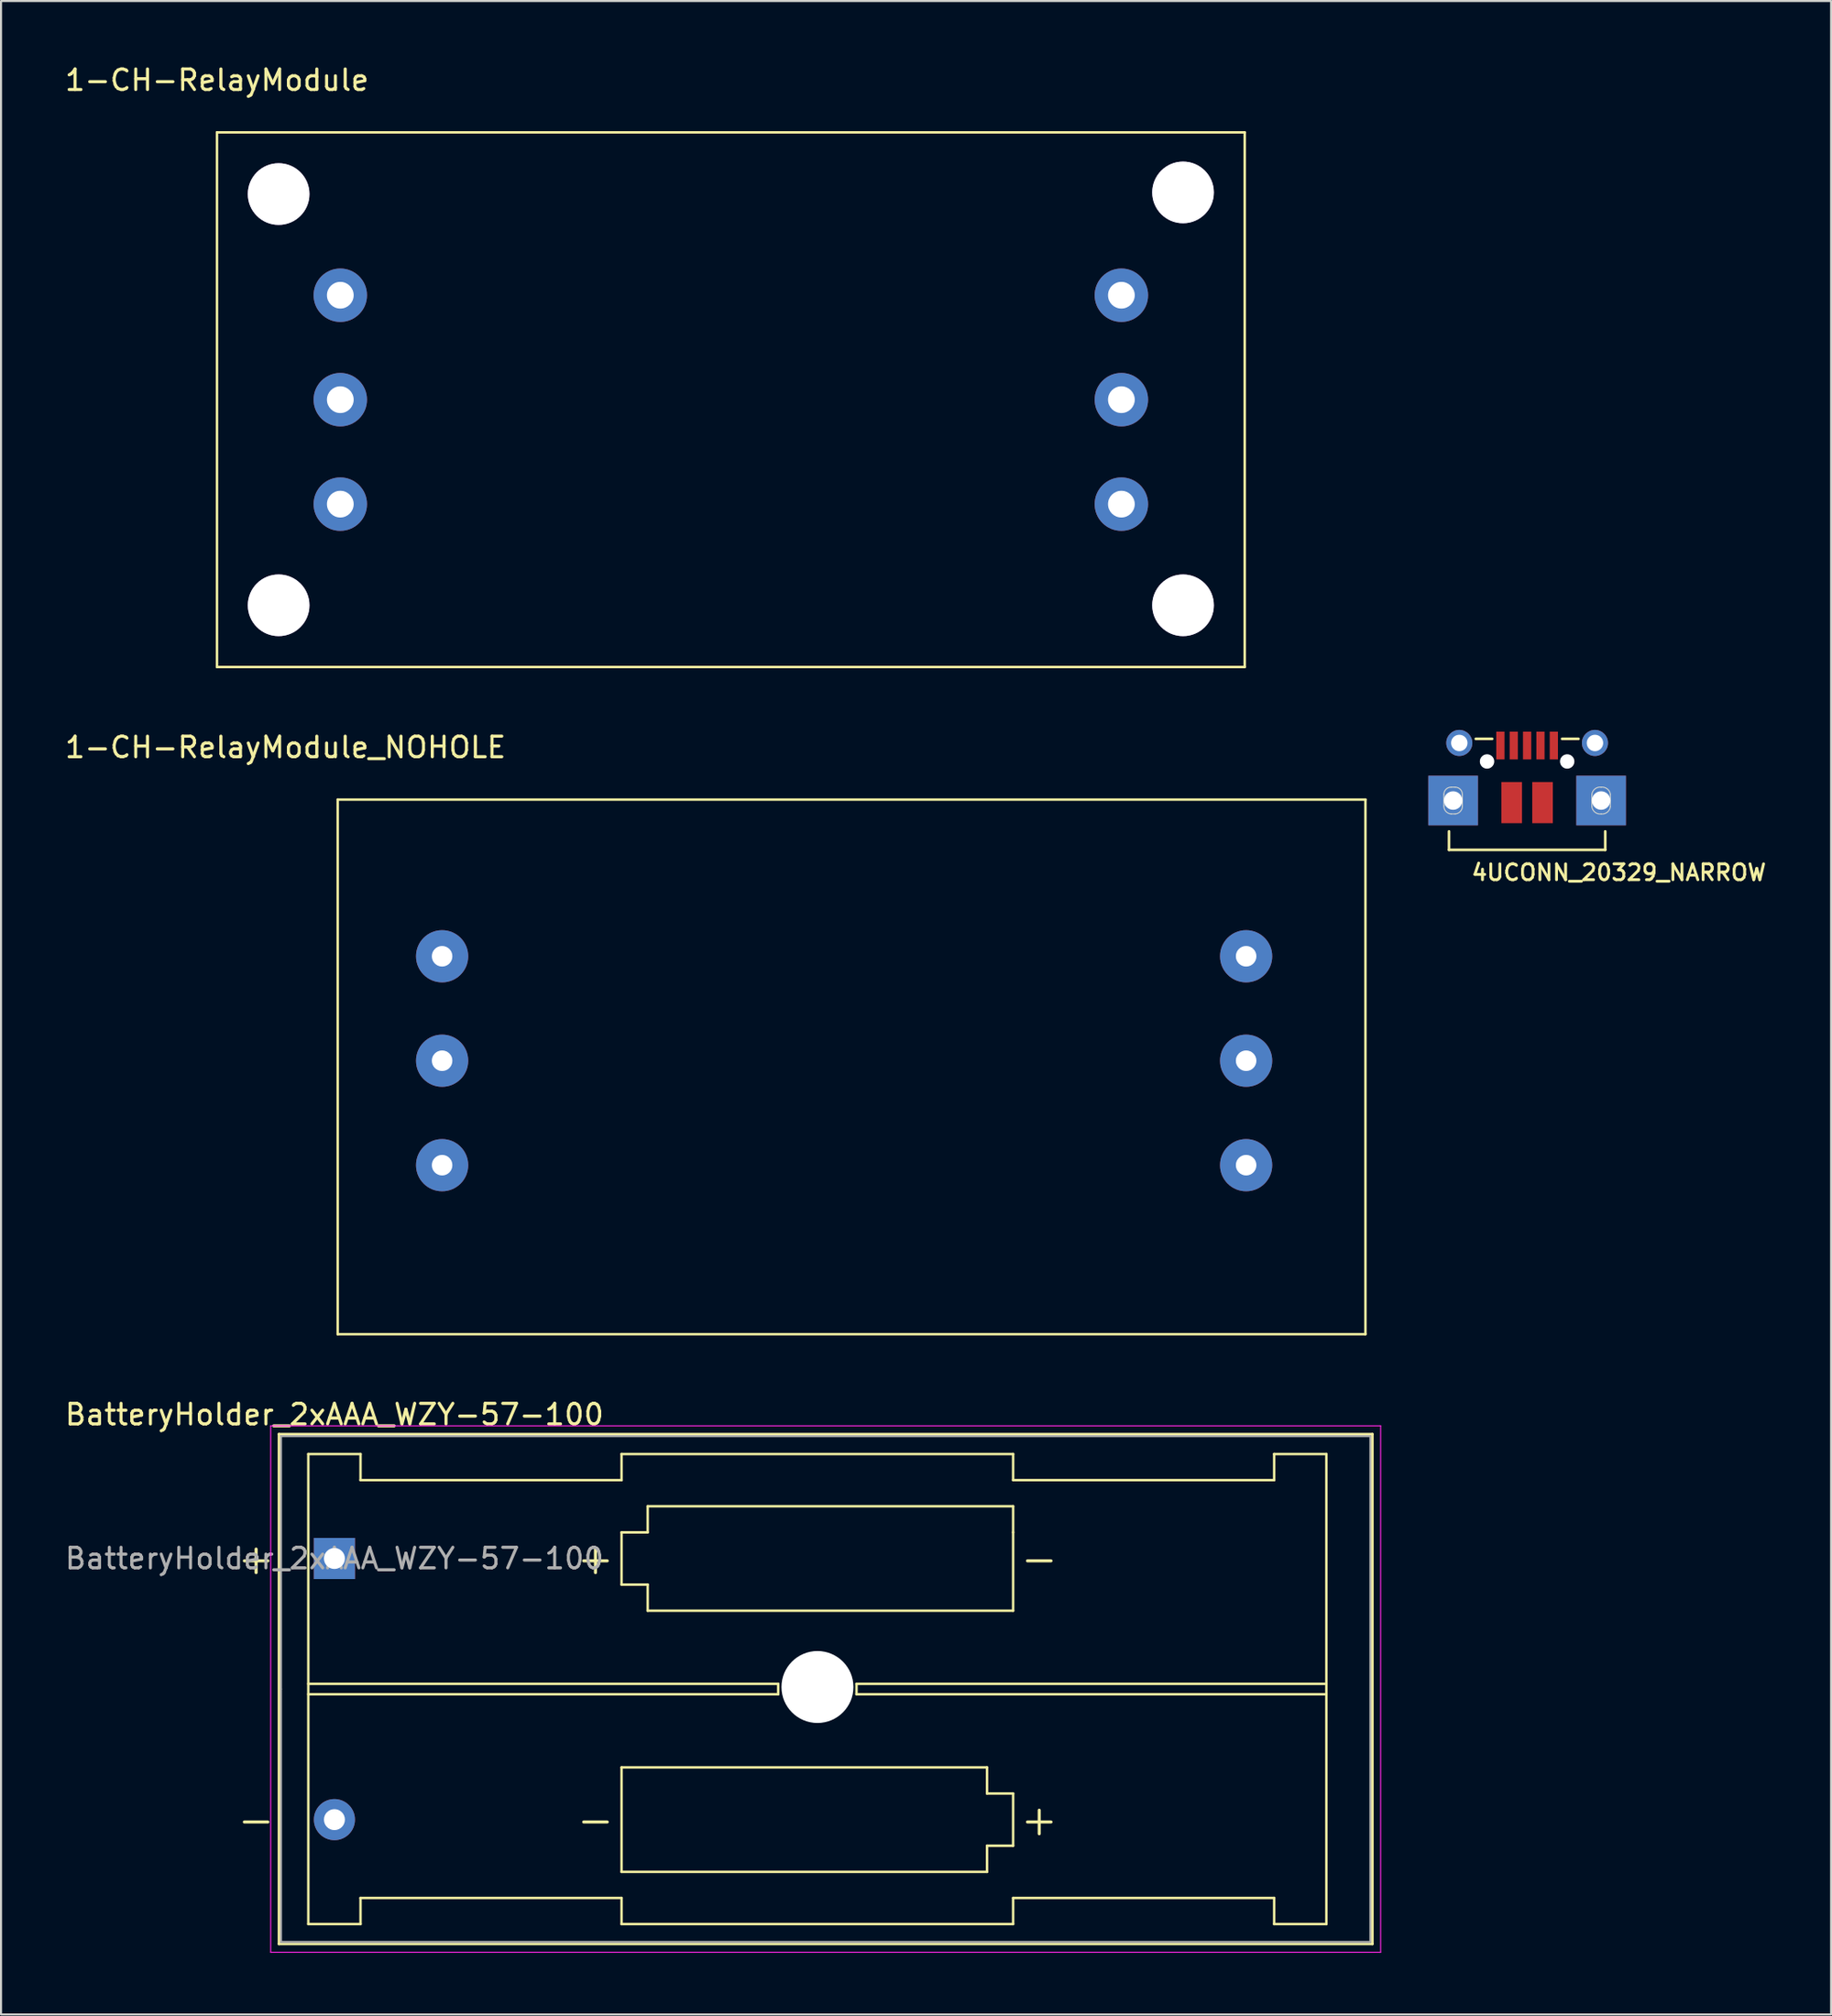
<source format=kicad_pcb>
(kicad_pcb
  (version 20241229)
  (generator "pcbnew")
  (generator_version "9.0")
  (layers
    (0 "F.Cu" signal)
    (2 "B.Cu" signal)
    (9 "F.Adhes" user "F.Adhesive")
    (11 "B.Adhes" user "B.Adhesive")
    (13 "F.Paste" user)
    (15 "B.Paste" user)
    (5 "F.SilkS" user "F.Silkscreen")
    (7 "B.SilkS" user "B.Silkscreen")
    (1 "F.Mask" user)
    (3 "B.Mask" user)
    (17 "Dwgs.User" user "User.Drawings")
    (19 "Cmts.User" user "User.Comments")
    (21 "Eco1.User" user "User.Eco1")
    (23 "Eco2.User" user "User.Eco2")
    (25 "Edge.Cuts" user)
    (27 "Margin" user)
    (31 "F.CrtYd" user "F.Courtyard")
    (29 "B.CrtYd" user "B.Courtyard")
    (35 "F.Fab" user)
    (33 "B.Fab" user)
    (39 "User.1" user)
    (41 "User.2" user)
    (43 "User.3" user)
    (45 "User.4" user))
  (footprint "4UCONN_20329_NARROW"
    (layer "F.Cu")
    (at 71.246 33.983)
    (property "Reference" "4UCONN_20329_NARROW" (at -2.778 5.852 180) (layer "F.SilkS") (effects (font (size 0.772 0.772) (thickness 0.139)) (justify left bottom)))
    (attr through_hole)
    (fp_line (start -3.8 3.4) (end -3.8 4.3) (stroke (width 0.127) (type solid)) (layer "F.SilkS"))
    (fp_line (start -3.8 4.3) (end 3.8 4.3) (stroke (width 0.127) (type solid)) (layer "F.SilkS"))
    (fp_line (start -2.5 -1.1) (end -1.7 -1.1) (stroke (width 0.127) (type solid)) (layer "F.SilkS"))
    (fp_line (start 1.7 -1.1) (end 2.5 -1.1) (stroke (width 0.127) (type solid)) (layer "F.SilkS"))
    (fp_line (start 3.8 4.3) (end 3.8 3.4) (stroke (width 0.127) (type solid)) (layer "F.SilkS"))
    (fp_poly (pts (xy -4.801 3.099) (xy -2.388 3.099) (xy -2.388 0.686) (xy -4.801 0.686)) (stroke (width 0) (type solid)) (fill yes) (layer "F.Paste"))
    (fp_poly (pts (xy 2.388 3.099) (xy 4.801 3.099) (xy 4.801 0.686) (xy 2.388 0.686)) (stroke (width 0) (type solid)) (fill yes) (layer "F.Paste"))
    (fp_poly (pts (xy -3.581 -1.524) (xy -3.048 -1.524) (xy -2.692 -1.168) (xy -2.692 -0.686) (xy -3.073 -0.305) (xy -3.581 -0.305) (xy -3.937 -0.66) (xy -3.937 -1.168)) (stroke (width 0) (type solid)) (fill yes) (layer "F.Paste"))
    (fp_poly (pts (xy 3.048 -1.524) (xy 3.581 -1.524) (xy 3.937 -1.168) (xy 3.937 -0.686) (xy 3.556 -0.305) (xy 3.048 -0.305) (xy 2.692 -0.66) (xy 2.692 -1.168)) (stroke (width 0) (type solid)) (fill yes) (layer "F.Paste"))
    (fp_line (start -4.05 2.15) (end -4.05 1.6) (stroke (width 0.05) (type solid)) (layer "Edge.Cuts"))
    (fp_line (start -3.7 1.25) (end -3.5 1.25) (stroke (width 0.05) (type solid)) (layer "Edge.Cuts"))
    (fp_line (start -3.5 2.55) (end -3.7 2.55) (stroke (width 0.05) (type solid)) (layer "Edge.Cuts"))
    (fp_line (start -3.15 1.6) (end -3.15 2.15) (stroke (width 0.05) (type solid)) (layer "Edge.Cuts"))
    (fp_line (start 3.15 2.2) (end 3.15 1.6) (stroke (width 0.05) (type solid)) (layer "Edge.Cuts"))
    (fp_line (start 4.05 1.6) (end 4.05 2.2) (stroke (width 0.05) (type solid)) (layer "Edge.Cuts"))
    (fp_arc (start -4.05 1.6) (mid -3.947487 1.352513) (end -3.7 1.25) (stroke (width 0.05) (type solid)) (layer "Edge.Cuts"))
    (fp_arc (start -3.7 2.55) (mid -3.957843 2.422487) (end -4.05 2.15) (stroke (width 0.05) (type solid)) (layer "Edge.Cuts"))
    (fp_arc (start -3.5 1.25) (mid -3.252513 1.352513) (end -3.15 1.6) (stroke (width 0.05) (type solid)) (layer "Edge.Cuts"))
    (fp_arc (start -3.15 2.15) (mid -3.242157 2.422487) (end -3.5 2.55) (stroke (width 0.05) (type solid)) (layer "Edge.Cuts"))
    (fp_arc (start 3.15 1.6) (mid 3.302513 1.331802) (end 3.6 1.25) (stroke (width 0.05) (type solid)) (layer "Edge.Cuts"))
    (fp_arc (start 3.6 1.25) (mid 3.897487 1.331802) (end 4.05 1.6) (stroke (width 0.05) (type solid)) (layer "Edge.Cuts"))
    (fp_arc (start 3.6 2.55) (mid 3.302513 2.468198) (end 3.15 2.2) (stroke (width 0.05) (type solid)) (layer "Edge.Cuts"))
    (fp_arc (start 4.05 2.2) (mid 3.897487 2.468198) (end 3.6 2.55) (stroke (width 0.05) (type solid)) (layer "Edge.Cuts"))
    (pad "" np_thru_hole circle (at -1.95 0) (size 0.7 0.7) (drill 0.7) (layers "*.Cu" "*.Mask"))
    (pad "" np_thru_hole circle (at 1.95 0) (size 0.7 0.7) (drill 0.7) (layers "*.Cu" "*.Mask"))
    (pad "BASE@1" smd rect (at -0.75 2 90) (size 2 1) (layers "F.Cu" "F.Mask" "F.Paste"))
    (pad "BASE@2" smd rect (at 0.75 2 90) (size 2 1) (layers "F.Cu" "F.Mask" "F.Paste"))
    (pad "D+" smd rect (at 0 -0.775) (size 0.4 1.35) (layers "F.Cu" "F.Mask" "F.Paste"))
    (pad "D-" smd rect (at -0.65 -0.775) (size 0.4 1.35) (layers "F.Cu" "F.Mask" "F.Paste"))
    (pad "GND" smd rect (at 1.3 -0.775) (size 0.4 1.35) (layers "F.Cu" "F.Mask" "F.Paste"))
    (pad "ID" smd rect (at 0.65 -0.775) (size 0.4 1.35) (layers "F.Cu" "F.Mask" "F.Paste"))
    (pad "SPRT@1" thru_hole circle (at -3.3 -0.9 180) (size 1.27 1.27) (drill 0.8) (layers "*.Cu" "*.Mask"))
    (pad "SPRT@2" thru_hole circle (at 3.3 -0.9) (size 1.27 1.27) (drill 0.8) (layers "*.Cu" "*.Mask"))
    (pad "SPRT@3" thru_hole rect (at -3.6 1.9 90) (size 2.413 2.413) (drill 0.9) (layers "*.Cu" "*.Mask"))
    (pad "SPRT@4" thru_hole rect (at 3.6 1.9 90) (size 2.413 2.413) (drill 0.9) (layers "*.Cu" "*.Mask"))
    (pad "VBUS" smd rect (at -1.3 -0.775) (size 0.4 1.35) (layers "F.Cu" "F.Mask" "F.Paste")))
  (footprint "1-CH-RelayModule_NOHOLE"
    (layer "F.Cu")
    (at 10.839 35.837)
    (property "Reference" "1-CH-RelayModule_NOHOLE" (at 0 -2.54 0) (layer "F.SilkS") (effects (font (size 1 1) (thickness 0.15))))
    (attr through_hole)
    (fp_line (start 2.54 0) (end 52.54 0) (stroke (width 0.12) (type solid)) (layer "F.SilkS"))
    (fp_line (start 2.54 26) (end 2.54 0) (stroke (width 0.12) (type solid)) (layer "F.SilkS"))
    (fp_line (start 52.54 0) (end 52.54 26) (stroke (width 0.12) (type solid)) (layer "F.SilkS"))
    (fp_line (start 52.54 26) (end 2.54 26) (stroke (width 0.12) (type solid)) (layer "F.SilkS"))
    (pad "1" thru_hole circle (at 7.62 7.62) (size 2.54 2.54) (drill 1) (layers "*.Cu" "*.Mask"))
    (pad "2" thru_hole circle (at 7.62 12.7) (size 2.54 2.54) (drill 1) (layers "*.Cu" "*.Mask"))
    (pad "3" thru_hole circle (at 7.62 17.78) (size 2.54 2.54) (drill 1) (layers "*.Cu" "*.Mask"))
    (pad "4" thru_hole circle (at 46.736 7.62) (size 2.54 2.54) (drill 1) (layers "*.Cu" "*.Mask"))
    (pad "5" thru_hole circle (at 46.736 12.7) (size 2.54 2.54) (drill 1) (layers "*.Cu" "*.Mask"))
    (pad "6" thru_hole circle (at 46.736 17.78) (size 2.54 2.54) (drill 1) (layers "*.Cu" "*.Mask")))
  (footprint "1-CH-RelayModule"
    (layer "F.Cu")
    (at 7.506 3.388)
    (property "Reference" "1-CH-RelayModule" (at 0 -2.54 0) (layer "F.SilkS") (effects (font (size 1 1) (thickness 0.15))))
    (attr through_hole)
    (fp_line (start 0 0) (end 50 0) (stroke (width 0.12) (type solid)) (layer "F.SilkS"))
    (fp_line (start 0 26) (end 0 0) (stroke (width 0.12) (type solid)) (layer "F.SilkS"))
    (fp_line (start 50 0) (end 50 26) (stroke (width 0.12) (type solid)) (layer "F.SilkS"))
    (fp_line (start 50 26) (end 0 26) (stroke (width 0.12) (type solid)) (layer "F.SilkS"))
    (pad "1" thru_hole circle (at 6 7.92) (size 2.6 2.6) (drill 1.3) (layers "*.Cu" "*.Mask"))
    (pad "2" thru_hole circle (at 6 13) (size 2.6 2.6) (drill 1.3) (layers "*.Cu" "*.Mask"))
    (pad "3" thru_hole circle (at 6 18.08) (size 2.6 2.6) (drill 1.3) (layers "*.Cu" "*.Mask"))
    (pad "4" thru_hole circle (at 44 7.92) (size 2.6 2.6) (drill 1.3) (layers "*.Cu" "*.Mask"))
    (pad "5" thru_hole circle (at 44 13) (size 2.6 2.6) (drill 1.3) (layers "*.Cu" "*.Mask"))
    (pad "6" thru_hole circle (at 44 18.08) (size 2.6 2.6) (drill 1.3) (layers "*.Cu" "*.Mask"))
    (pad "~" thru_hole circle (at 3 3) (size 3 3) (drill 3) (layers "*.Cu" "*.Mask"))
    (pad "~" thru_hole circle (at 3 23) (size 3 3) (drill 3) (layers "*.Cu" "*.Mask"))
    (pad "~" thru_hole circle (at 47 2.92) (size 3 3) (drill 3) (layers "*.Cu" "*.Mask"))
    (pad "~" thru_hole circle (at 47 23) (size 3 3) (drill 3) (layers "*.Cu" "*.Mask")))
  (footprint "BatteryHolder_2xAAA_WZY-57-100"
    (layer "F.Cu")
    (at 13.22 72.745)
    (property "Reference" "BatteryHolder_2xAAA_WZY-57-100" (at 0 -7 180) (layer "F.SilkS") (effects (font (size 1 1) (thickness 0.15))))
    (attr through_hole)
    (fp_line (start -2.7 -6.05) (end -2.7 18.75) (stroke (width 0.12) (type solid)) (layer "F.SilkS"))
    (fp_line (start -2.7 18.75) (end 50.5 18.75) (stroke (width 0.12) (type solid)) (layer "F.SilkS"))
    (fp_line (start -1.27 -5.08) (end -1.27 17.78) (stroke (width 0.12) (type solid)) (layer "F.SilkS"))
    (fp_line (start -1.27 6.096) (end 21.59 6.096) (stroke (width 0.12) (type solid)) (layer "F.SilkS"))
    (fp_line (start -1.27 17.78) (end 1.27 17.78) (stroke (width 0.12) (type solid)) (layer "F.SilkS"))
    (fp_line (start 1.27 -5.08) (end -1.27 -5.08) (stroke (width 0.12) (type solid)) (layer "F.SilkS"))
    (fp_line (start 1.27 -3.81) (end 1.27 -5.08) (stroke (width 0.12) (type solid)) (layer "F.SilkS"))
    (fp_line (start 1.27 -3.81) (end 13.97 -3.81) (stroke (width 0.12) (type solid)) (layer "F.SilkS"))
    (fp_line (start 1.27 16.51) (end 13.97 16.51) (stroke (width 0.12) (type solid)) (layer "F.SilkS"))
    (fp_line (start 1.27 17.78) (end 1.27 16.51) (stroke (width 0.12) (type solid)) (layer "F.SilkS"))
    (fp_line (start 13.97 -5.08) (end 13.97 -3.81) (stroke (width 0.12) (type solid)) (layer "F.SilkS"))
    (fp_line (start 13.97 -1.27) (end 15.24 -1.27) (stroke (width 0.12) (type solid)) (layer "F.SilkS"))
    (fp_line (start 13.97 1.27) (end 13.97 -1.27) (stroke (width 0.12) (type solid)) (layer "F.SilkS"))
    (fp_line (start 13.97 10.16) (end 31.75 10.16) (stroke (width 0.12) (type solid)) (layer "F.SilkS"))
    (fp_line (start 13.97 15.24) (end 13.97 10.16) (stroke (width 0.12) (type solid)) (layer "F.SilkS"))
    (fp_line (start 13.97 16.51) (end 13.97 17.78) (stroke (width 0.12) (type solid)) (layer "F.SilkS"))
    (fp_line (start 13.97 17.78) (end 33.02 17.78) (stroke (width 0.12) (type solid)) (layer "F.SilkS"))
    (fp_line (start 15.24 -2.54) (end 33.02 -2.54) (stroke (width 0.12) (type solid)) (layer "F.SilkS"))
    (fp_line (start 15.24 -1.27) (end 15.24 -2.54) (stroke (width 0.12) (type solid)) (layer "F.SilkS"))
    (fp_line (start 15.24 1.27) (end 13.97 1.27) (stroke (width 0.12) (type solid)) (layer "F.SilkS"))
    (fp_line (start 15.24 2.54) (end 15.24 1.27) (stroke (width 0.12) (type solid)) (layer "F.SilkS"))
    (fp_line (start 21.59 6.096) (end 21.59 6.604) (stroke (width 0.12) (type solid)) (layer "F.SilkS"))
    (fp_line (start 21.59 6.604) (end -1.27 6.604) (stroke (width 0.12) (type solid)) (layer "F.SilkS"))
    (fp_line (start 25.4 6.096) (end 25.4 6.604) (stroke (width 0.12) (type solid)) (layer "F.SilkS"))
    (fp_line (start 25.4 6.604) (end 48.26 6.604) (stroke (width 0.12) (type solid)) (layer "F.SilkS"))
    (fp_line (start 31.75 10.16) (end 31.75 11.43) (stroke (width 0.12) (type solid)) (layer "F.SilkS"))
    (fp_line (start 31.75 11.43) (end 33.02 11.43) (stroke (width 0.12) (type solid)) (layer "F.SilkS"))
    (fp_line (start 31.75 13.97) (end 31.75 15.24) (stroke (width 0.12) (type solid)) (layer "F.SilkS"))
    (fp_line (start 31.75 15.24) (end 13.97 15.24) (stroke (width 0.12) (type solid)) (layer "F.SilkS"))
    (fp_line (start 33.02 -5.08) (end 13.97 -5.08) (stroke (width 0.12) (type solid)) (layer "F.SilkS"))
    (fp_line (start 33.02 -3.81) (end 33.02 -5.08) (stroke (width 0.12) (type solid)) (layer "F.SilkS"))
    (fp_line (start 33.02 -2.54) (end 33.02 -1.27) (stroke (width 0.12) (type solid)) (layer "F.SilkS"))
    (fp_line (start 33.02 -1.27) (end 33.02 2.54) (stroke (width 0.12) (type solid)) (layer "F.SilkS"))
    (fp_line (start 33.02 2.54) (end 15.24 2.54) (stroke (width 0.12) (type solid)) (layer "F.SilkS"))
    (fp_line (start 33.02 11.43) (end 33.02 13.97) (stroke (width 0.12) (type solid)) (layer "F.SilkS"))
    (fp_line (start 33.02 13.97) (end 31.75 13.97) (stroke (width 0.12) (type solid)) (layer "F.SilkS"))
    (fp_line (start 33.02 17.78) (end 33.02 16.51) (stroke (width 0.12) (type solid)) (layer "F.SilkS"))
    (fp_line (start 45.72 -5.08) (end 45.72 -3.81) (stroke (width 0.12) (type solid)) (layer "F.SilkS"))
    (fp_line (start 45.72 -3.81) (end 33.02 -3.81) (stroke (width 0.12) (type solid)) (layer "F.SilkS"))
    (fp_line (start 45.72 16.51) (end 33.02 16.51) (stroke (width 0.12) (type solid)) (layer "F.SilkS"))
    (fp_line (start 45.72 17.78) (end 45.72 16.51) (stroke (width 0.12) (type solid)) (layer "F.SilkS"))
    (fp_line (start 48.26 -5.08) (end 45.72 -5.08) (stroke (width 0.12) (type solid)) (layer "F.SilkS"))
    (fp_line (start 48.26 -5.08) (end 48.26 17.78) (stroke (width 0.12) (type solid)) (layer "F.SilkS"))
    (fp_line (start 48.26 6.096) (end 25.4 6.096) (stroke (width 0.12) (type solid)) (layer "F.SilkS"))
    (fp_line (start 48.26 17.78) (end 45.72 17.78) (stroke (width 0.12) (type solid)) (layer "F.SilkS"))
    (fp_line (start 50.5 -6.05) (end -2.7 -6.05) (stroke (width 0.12) (type solid)) (layer "F.SilkS"))
    (fp_line (start 50.5 18.75) (end 50.5 -6.05) (stroke (width 0.12) (type solid)) (layer "F.SilkS"))
    (fp_line (start -3.1 -6.45) (end -3.1 19.15) (stroke (width 0.05) (type solid)) (layer "F.CrtYd"))
    (fp_line (start -3.1 19.15) (end 50.9 19.15) (stroke (width 0.05) (type solid)) (layer "F.CrtYd"))
    (fp_line (start 50.9 -6.45) (end -3.1 -6.45) (stroke (width 0.05) (type solid)) (layer "F.CrtYd"))
    (fp_line (start 50.9 19.15) (end 50.9 -6.45) (stroke (width 0.05) (type solid)) (layer "F.CrtYd"))
    (fp_line (start -2.6 -5.95) (end 50.4 -5.95) (stroke (width 0.1) (type solid)) (layer "F.Fab"))
    (fp_line (start -2.6 6.35) (end -2.6 -5.95) (stroke (width 0.1) (type solid)) (layer "F.Fab"))
    (fp_line (start -2.6 18.65) (end -2.6 6.35) (stroke (width 0.1) (type solid)) (layer "F.Fab"))
    (fp_line (start -2.6 18.65) (end 50.4 18.65) (stroke (width 0.1) (type solid)) (layer "F.Fab"))
    (fp_line (start 50.4 18.65) (end 50.4 -5.95) (stroke (width 0.1) (type solid)) (layer "F.Fab"))
    (fp_text user "-" (at 34.29 0 0) (layer "F.SilkS") (effects (font (size 1.5 1.5) (thickness 0.15))))
    (fp_text user "+" (at -3.81 0 0) (layer "F.SilkS") (effects (font (size 1.5 1.5) (thickness 0.15))))
    (fp_text user "+" (at 12.7 0 0) (layer "F.SilkS") (effects (font (size 1.5 1.5) (thickness 0.15))))
    (fp_text user "+" (at 34.29 12.7 0) (layer "F.SilkS") (effects (font (size 1.5 1.5) (thickness 0.15))))
    (fp_text user "-" (at 12.7 12.7 0) (layer "F.SilkS") (effects (font (size 1.5 1.5) (thickness 0.15))))
    (fp_text user "-" (at -3.81 12.7 0) (layer "F.SilkS") (effects (font (size 1.5 1.5) (thickness 0.15))))
    (fp_text user "${REFERENCE}" (at 0 0 0) (layer "F.Fab") (effects (font (size 1 1) (thickness 0.15))))
    (pad "" np_thru_hole circle (at 23.5 6.25) (size 3.5 3.5) (drill 3.5) (layers "*.Cu" "*.Mask"))
    (pad "1" thru_hole rect (at 0 0) (size 2 2) (drill 1.02) (layers "*.Cu" "*.Mask"))
    (pad "2" thru_hole circle (at 0 12.7) (size 2 2) (drill 1.02) (layers "*.Cu" "*.Mask")))
  (gr_rect
    (start -3 -3)
    (end 86.034 94.92)
    (stroke (width 0.1) (type default))
    (fill no)
    (layer "Edge.Cuts")))
</source>
